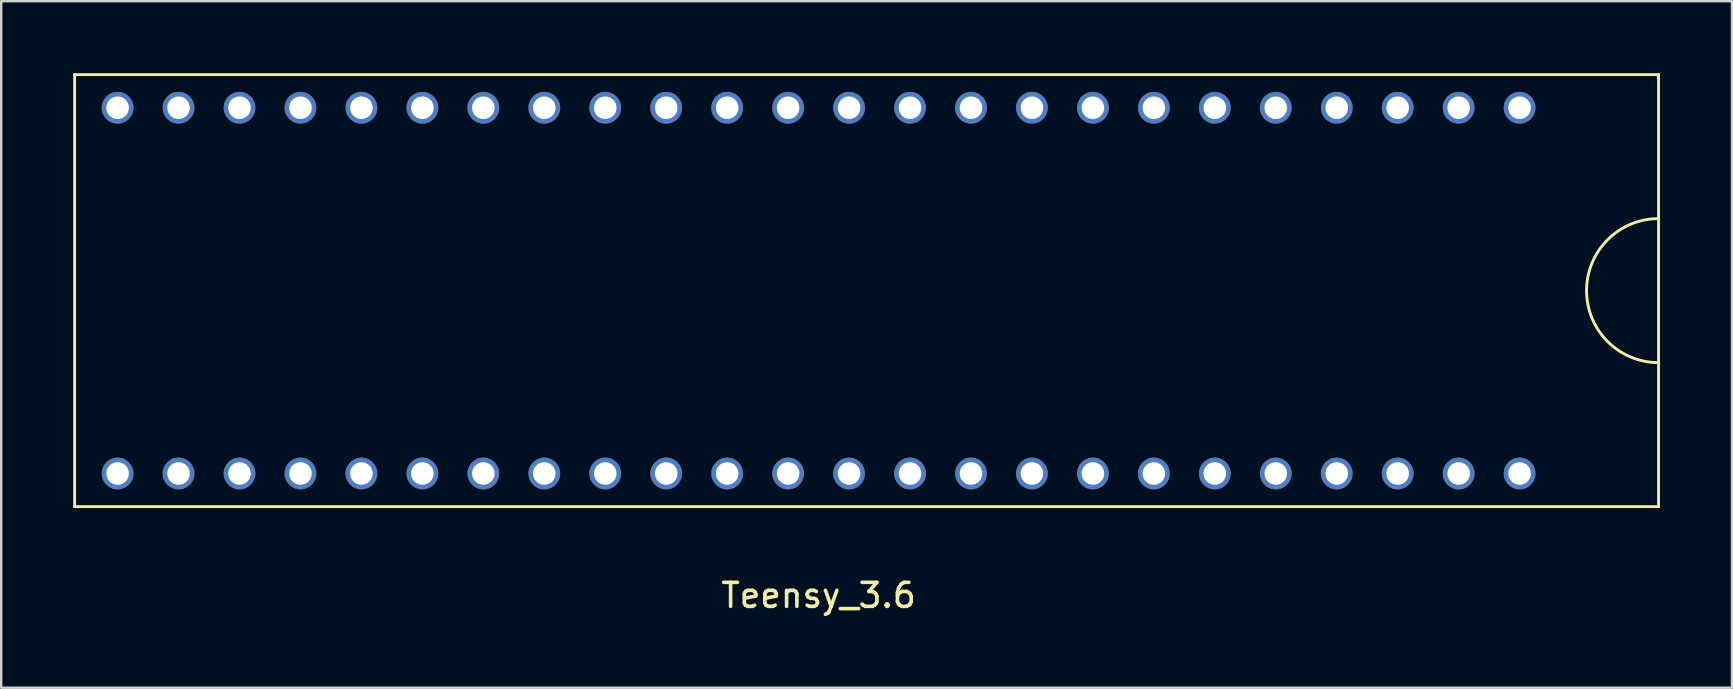
<source format=kicad_pcb>
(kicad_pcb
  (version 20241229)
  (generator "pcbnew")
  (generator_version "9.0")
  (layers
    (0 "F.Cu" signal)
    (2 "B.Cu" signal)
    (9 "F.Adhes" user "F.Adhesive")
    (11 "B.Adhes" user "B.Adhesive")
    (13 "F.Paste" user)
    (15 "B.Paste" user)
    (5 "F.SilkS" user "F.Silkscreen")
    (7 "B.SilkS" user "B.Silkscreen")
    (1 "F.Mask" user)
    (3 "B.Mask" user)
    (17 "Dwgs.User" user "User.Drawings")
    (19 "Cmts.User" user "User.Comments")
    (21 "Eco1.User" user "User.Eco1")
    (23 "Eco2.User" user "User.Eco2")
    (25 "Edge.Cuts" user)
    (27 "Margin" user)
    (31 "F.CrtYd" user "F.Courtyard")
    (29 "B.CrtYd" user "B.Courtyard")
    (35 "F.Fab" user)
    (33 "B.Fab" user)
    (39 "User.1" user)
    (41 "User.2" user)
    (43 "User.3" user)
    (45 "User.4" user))
  (footprint "Teensy_3.6"
    (layer "F.Cu")
    (at 31.06 9.06)
    (property "Reference" "Teensy_3.6" (at 0 12.7 0) (layer "F.SilkS") (effects (font (size 1 1) (thickness 0.15))))
    (attr through_hole)
    (fp_line (start -31 -9) (end -31 9) (stroke (width 0.12) (type solid)) (layer "F.SilkS"))
    (fp_line (start -31 9) (end 35 9) (stroke (width 0.12) (type solid)) (layer "F.SilkS"))
    (fp_line (start 35 -9) (end -31 -9) (stroke (width 0.12) (type solid)) (layer "F.SilkS"))
    (fp_line (start 35 -9) (end 35 9) (stroke (width 0.12) (type solid)) (layer "F.SilkS"))
    (fp_arc (start 35 3) (mid 32 0) (end 35 -3) (stroke (width 0.12) (type solid)) (layer "F.SilkS"))
    (pad "0" thru_hole circle (at 26.67 -7.62) (size 1.321 1.321) (drill 0.94) (layers "*.Cu" "*.Mask"))
    (pad "1" thru_hole circle (at 24.13 -7.62) (size 1.321 1.321) (drill 0.94) (layers "*.Cu" "*.Mask"))
    (pad "2" thru_hole circle (at 21.59 -7.62) (size 1.321 1.321) (drill 0.94) (layers "*.Cu" "*.Mask"))
    (pad "3" thru_hole circle (at 19.05 -7.62) (size 1.321 1.321) (drill 0.94) (layers "*.Cu" "*.Mask"))
    (pad "4" thru_hole circle (at 16.51 -7.62) (size 1.321 1.321) (drill 0.94) (layers "*.Cu" "*.Mask"))
    (pad "5" thru_hole circle (at 13.97 -7.62) (size 1.321 1.321) (drill 0.94) (layers "*.Cu" "*.Mask"))
    (pad "6" thru_hole circle (at 11.43 -7.62) (size 1.321 1.321) (drill 0.94) (layers "*.Cu" "*.Mask"))
    (pad "7" thru_hole circle (at 8.89 -7.62) (size 1.321 1.321) (drill 0.94) (layers "*.Cu" "*.Mask"))
    (pad "8" thru_hole circle (at 6.35 -7.62) (size 1.321 1.321) (drill 0.94) (layers "*.Cu" "*.Mask"))
    (pad "9" thru_hole circle (at 3.81 -7.62) (size 1.321 1.321) (drill 0.94) (layers "*.Cu" "*.Mask"))
    (pad "10" thru_hole circle (at 1.27 -7.62) (size 1.321 1.321) (drill 0.94) (layers "*.Cu" "*.Mask"))
    (pad "11" thru_hole circle (at -1.27 -7.62) (size 1.321 1.321) (drill 0.94) (layers "*.Cu" "*.Mask"))
    (pad "12" thru_hole circle (at -3.81 -7.62) (size 1.321 1.321) (drill 0.94) (layers "*.Cu" "*.Mask"))
    (pad "13" thru_hole circle (at -3.81 7.62) (size 1.321 1.321) (drill 0.94) (layers "*.Cu" "*.Mask"))
    (pad "14" thru_hole circle (at -1.27 7.62) (size 1.321 1.321) (drill 0.94) (layers "*.Cu" "*.Mask"))
    (pad "15" thru_hole circle (at 1.27 7.62) (size 1.321 1.321) (drill 0.94) (layers "*.Cu" "*.Mask"))
    (pad "16" thru_hole circle (at 3.81 7.62) (size 1.321 1.321) (drill 0.94) (layers "*.Cu" "*.Mask"))
    (pad "17" thru_hole circle (at 6.35 7.62) (size 1.321 1.321) (drill 0.94) (layers "*.Cu" "*.Mask"))
    (pad "18" thru_hole circle (at 8.89 7.62) (size 1.321 1.321) (drill 0.94) (layers "*.Cu" "*.Mask"))
    (pad "19" thru_hole circle (at 11.43 7.62) (size 1.321 1.321) (drill 0.94) (layers "*.Cu" "*.Mask"))
    (pad "20" thru_hole circle (at 13.97 7.62) (size 1.321 1.321) (drill 0.94) (layers "*.Cu" "*.Mask"))
    (pad "21" thru_hole circle (at 16.51 7.62) (size 1.321 1.321) (drill 0.94) (layers "*.Cu" "*.Mask"))
    (pad "22" thru_hole circle (at 19.05 7.62) (size 1.321 1.321) (drill 0.94) (layers "*.Cu" "*.Mask"))
    (pad "23" thru_hole circle (at 21.59 7.62) (size 1.321 1.321) (drill 0.94) (layers "*.Cu" "*.Mask"))
    (pad "24" thru_hole circle (at -8.89 -7.62) (size 1.321 1.321) (drill 0.94) (layers "*.Cu" "*.Mask"))
    (pad "25" thru_hole circle (at -11.43 -7.62) (size 1.321 1.321) (drill 0.94) (layers "*.Cu" "*.Mask"))
    (pad "26" thru_hole circle (at -13.97 -7.62) (size 1.321 1.321) (drill 0.94) (layers "*.Cu" "*.Mask"))
    (pad "27" thru_hole circle (at -16.51 -7.62) (size 1.321 1.321) (drill 0.94) (layers "*.Cu" "*.Mask"))
    (pad "28" thru_hole circle (at -19.05 -7.62) (size 1.321 1.321) (drill 0.94) (layers "*.Cu" "*.Mask"))
    (pad "29" thru_hole circle (at -21.59 -7.62) (size 1.321 1.321) (drill 0.94) (layers "*.Cu" "*.Mask"))
    (pad "30" thru_hole circle (at -24.13 -7.62) (size 1.321 1.321) (drill 0.94) (layers "*.Cu" "*.Mask"))
    (pad "31" thru_hole circle (at -26.67 -7.62) (size 1.321 1.321) (drill 0.94) (layers "*.Cu" "*.Mask"))
    (pad "32" thru_hole circle (at -29.21 -7.62) (size 1.321 1.321) (drill 0.94) (layers "*.Cu" "*.Mask"))
    (pad "33" thru_hole circle (at -29.21 7.62) (size 1.321 1.321) (drill 0.94) (layers "*.Cu" "*.Mask"))
    (pad "34" thru_hole circle (at -26.67 7.62) (size 1.321 1.321) (drill 0.94) (layers "*.Cu" "*.Mask"))
    (pad "35" thru_hole circle (at -24.13 7.62) (size 1.321 1.321) (drill 0.94) (layers "*.Cu" "*.Mask"))
    (pad "36" thru_hole circle (at -21.59 7.62) (size 1.321 1.321) (drill 0.94) (layers "*.Cu" "*.Mask"))
    (pad "37" thru_hole circle (at -19.05 7.62) (size 1.321 1.321) (drill 0.94) (layers "*.Cu" "*.Mask"))
    (pad "38" thru_hole circle (at -16.51 7.62) (size 1.321 1.321) (drill 0.94) (layers "*.Cu" "*.Mask"))
    (pad "39" thru_hole circle (at -13.97 7.62) (size 1.321 1.321) (drill 0.94) (layers "*.Cu" "*.Mask"))
    (pad "40" thru_hole circle (at 29.21 7.62) (size 1.321 1.321) (drill 0.94) (layers "*.Cu" "*.Mask"))
    (pad "41" thru_hole circle (at 26.67 7.62) (size 1.321 1.321) (drill 0.94) (layers "*.Cu" "*.Mask"))
    (pad "42" thru_hole circle (at 24.13 7.62) (size 1.321 1.321) (drill 0.94) (layers "*.Cu" "*.Mask"))
    (pad "43" thru_hole circle (at -6.35 7.62) (size 1.321 1.321) (drill 0.94) (layers "*.Cu" "*.Mask"))
    (pad "44" thru_hole circle (at -8.89 7.62) (size 1.321 1.321) (drill 0.94) (layers "*.Cu" "*.Mask"))
    (pad "45" thru_hole circle (at -11.43 7.62) (size 1.321 1.321) (drill 0.94) (layers "*.Cu" "*.Mask"))
    (pad "46" thru_hole circle (at 29.21 -7.62) (size 1.321 1.321) (drill 0.94) (layers "*.Cu" "*.Mask"))
    (pad "47" thru_hole circle (at -6.35 -7.62) (size 1.321 1.321) (drill 0.94) (layers "*.Cu" "*.Mask")))
  (gr_rect
    (start -3 -3)
    (end 69.12 25.608)
    (stroke (width 0.1) (type default))
    (fill no)
    (layer "Edge.Cuts")))
</source>
